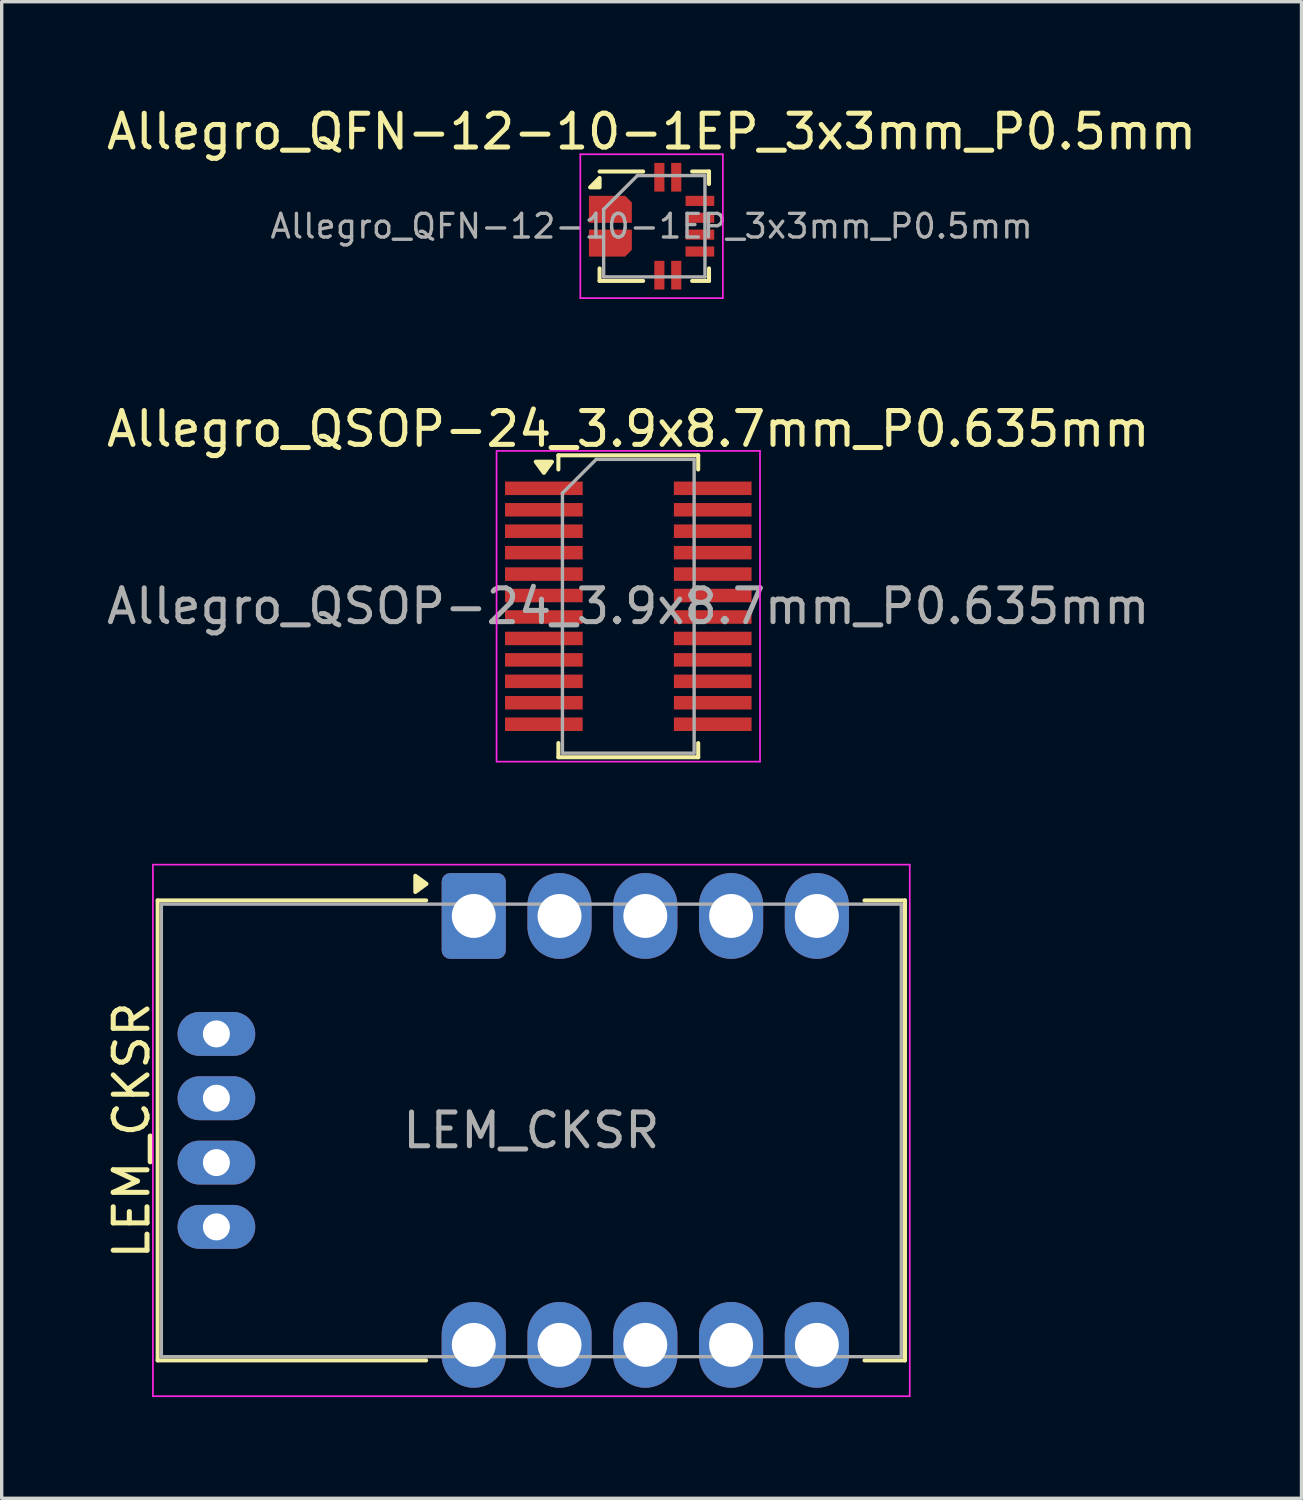
<source format=kicad_pcb>
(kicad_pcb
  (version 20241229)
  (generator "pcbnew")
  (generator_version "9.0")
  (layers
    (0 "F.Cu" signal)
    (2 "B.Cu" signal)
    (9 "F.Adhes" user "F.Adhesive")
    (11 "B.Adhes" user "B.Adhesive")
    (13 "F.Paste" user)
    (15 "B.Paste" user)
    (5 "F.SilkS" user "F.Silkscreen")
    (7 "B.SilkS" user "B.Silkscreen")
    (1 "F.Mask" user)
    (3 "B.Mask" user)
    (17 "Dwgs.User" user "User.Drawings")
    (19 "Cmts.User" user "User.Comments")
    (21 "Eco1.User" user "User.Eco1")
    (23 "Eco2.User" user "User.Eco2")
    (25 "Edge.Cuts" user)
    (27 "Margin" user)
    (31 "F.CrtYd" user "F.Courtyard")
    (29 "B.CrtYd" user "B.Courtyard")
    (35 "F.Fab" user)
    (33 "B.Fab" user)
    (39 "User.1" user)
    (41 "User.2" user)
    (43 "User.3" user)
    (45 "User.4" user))
  (footprint "LEM_CKSR"
    (layer "F.Cu")
    (at 10.978 24.072)
    (property "Reference" "LEM_CKSR" (at -10.13 6.35 270) (layer "F.SilkS") (effects (font (size 1 1) (thickness 0.15))))
    (attr through_hole)
    (fp_line (start -9.36 -0.46) (end -9.36 13.16) (stroke (width 0.12) (type solid)) (layer "F.SilkS"))
    (fp_line (start -9.36 -0.46) (end -1.41 -0.46) (stroke (width 0.12) (type solid)) (layer "F.SilkS"))
    (fp_line (start -9.36 13.16) (end -1.41 13.16) (stroke (width 0.12) (type solid)) (layer "F.SilkS"))
    (fp_line (start 12.77 -0.46) (end 11.57 -0.46) (stroke (width 0.12) (type solid)) (layer "F.SilkS"))
    (fp_line (start 12.77 -0.46) (end 12.77 13.16) (stroke (width 0.12) (type solid)) (layer "F.SilkS"))
    (fp_line (start 12.77 13.16) (end 11.57 13.16) (stroke (width 0.12) (type solid)) (layer "F.SilkS"))
    (fp_poly (pts (xy -1.4 -0.95) (xy -1.73 -0.71) (xy -1.73 -1.19) (xy -1.4 -0.95)) (stroke (width 0.12) (type solid)) (fill yes) (layer "F.SilkS"))
    (fp_line (start -9.5 -1.52) (end 12.91 -1.52) (stroke (width 0.05) (type solid)) (layer "F.CrtYd"))
    (fp_line (start -9.5 14.22) (end -9.5 -1.52) (stroke (width 0.05) (type solid)) (layer "F.CrtYd"))
    (fp_line (start 12.91 -1.52) (end 12.91 14.22) (stroke (width 0.05) (type solid)) (layer "F.CrtYd"))
    (fp_line (start 12.91 14.22) (end -9.5 14.22) (stroke (width 0.05) (type solid)) (layer "F.CrtYd"))
    (fp_line (start -9.25 -0.35) (end -9.25 13.05) (stroke (width 0.1) (type solid)) (layer "F.Fab"))
    (fp_line (start -0.5 -0.35) (end 0 0.21) (stroke (width 0.1) (type solid)) (layer "F.Fab"))
    (fp_line (start 0 0.21) (end 0.5 -0.35) (stroke (width 0.1) (type solid)) (layer "F.Fab"))
    (fp_line (start 12.66 -0.35) (end -9.25 -0.35) (stroke (width 0.1) (type solid)) (layer "F.Fab"))
    (fp_line (start 12.66 13.05) (end -9.25 13.05) (stroke (width 0.1) (type solid)) (layer "F.Fab"))
    (fp_line (start 12.66 13.05) (end 12.66 -0.35) (stroke (width 0.1) (type solid)) (layer "F.Fab"))
    (fp_text user "${REFERENCE}" (at 1.705 6.35 180) (layer "F.Fab") (effects (font (size 1 1) (thickness 0.15))))
    (pad "1" thru_hole roundrect (at 0 0 180) (size 1.9 2.54) (drill 1.3) (layers "*.Cu" "*.Mask") (roundrect_rratio 0.132))
    (pad "2" thru_hole oval (at 2.54 0 180) (size 1.9 2.54) (drill 1.3) (layers "*.Cu" "*.Mask"))
    (pad "3" thru_hole oval (at 5.08 0 180) (size 1.9 2.54) (drill 1.3) (layers "*.Cu" "*.Mask"))
    (pad "4" thru_hole oval (at 7.62 0 180) (size 1.9 2.54) (drill 1.3) (layers "*.Cu" "*.Mask"))
    (pad "5" thru_hole oval (at 10.16 0 180) (size 1.9 2.54) (drill 1.3) (layers "*.Cu" "*.Mask"))
    (pad "6" thru_hole oval (at 10.16 12.7 180) (size 1.9 2.54) (drill 1.3) (layers "*.Cu" "*.Mask"))
    (pad "7" thru_hole oval (at 7.62 12.7 180) (size 1.9 2.54) (drill 1.3) (layers "*.Cu" "*.Mask"))
    (pad "8" thru_hole oval (at 5.08 12.7 180) (size 1.9 2.54) (drill 1.3) (layers "*.Cu" "*.Mask"))
    (pad "9" thru_hole oval (at 2.54 12.7 180) (size 1.9 2.54) (drill 1.3) (layers "*.Cu" "*.Mask"))
    (pad "10" thru_hole oval (at 0 12.7 180) (size 1.9 2.54) (drill 1.3) (layers "*.Cu" "*.Mask"))
    (pad "11" thru_hole oval (at -7.62 9.207 180) (size 2.3 1.3) (drill 0.8) (layers "*.Cu" "*.Mask"))
    (pad "12" thru_hole oval (at -7.62 7.303 180) (size 2.3 1.3) (drill 0.8) (layers "*.Cu" "*.Mask"))
    (pad "13" thru_hole oval (at -7.62 5.397 180) (size 2.3 1.3) (drill 0.8) (layers "*.Cu" "*.Mask"))
    (pad "14" thru_hole oval (at -7.62 3.493 180) (size 2.3 1.3) (drill 0.8) (layers "*.Cu" "*.Mask")))
  (footprint "Allegro_QSOP-24_3.9x8.7mm_P0.635mm"
    (layer "F.Cu")
    (at 15.554 14.902)
    (property "Reference" "Allegro_QSOP-24_3.9x8.7mm_P0.635mm" (at 0 -5.25 0) (layer "F.SilkS") (effects (font (size 1 1) (thickness 0.15))))
    (attr smd)
    (fp_line (start -2.07 -4.47) (end -2.07 -4.05) (stroke (width 0.12) (type solid)) (layer "F.SilkS"))
    (fp_line (start -2.07 -4.47) (end 2.07 -4.47) (stroke (width 0.12) (type solid)) (layer "F.SilkS"))
    (fp_line (start -2.07 4.47) (end -2.07 4.05) (stroke (width 0.12) (type solid)) (layer "F.SilkS"))
    (fp_line (start -2.07 4.47) (end 2.07 4.47) (stroke (width 0.12) (type solid)) (layer "F.SilkS"))
    (fp_line (start 2.07 -4.47) (end 2.07 -4.05) (stroke (width 0.12) (type solid)) (layer "F.SilkS"))
    (fp_line (start 2.07 4.47) (end 2.07 4.05) (stroke (width 0.12) (type solid)) (layer "F.SilkS"))
    (fp_poly (pts (xy -2.5 -3.95) (xy -2.74 -4.28) (xy -2.26 -4.28) (xy -2.5 -3.95)) (stroke (width 0.12) (type solid)) (fill yes) (layer "F.SilkS"))
    (fp_line (start -3.9 -4.6) (end -3.9 4.6) (stroke (width 0.05) (type solid)) (layer "F.CrtYd"))
    (fp_line (start -3.9 -4.6) (end 3.9 -4.6) (stroke (width 0.05) (type solid)) (layer "F.CrtYd"))
    (fp_line (start -3.9 4.6) (end 3.9 4.6) (stroke (width 0.05) (type solid)) (layer "F.CrtYd"))
    (fp_line (start 3.9 -4.6) (end 3.9 4.6) (stroke (width 0.05) (type solid)) (layer "F.CrtYd"))
    (fp_line (start -1.95 -3.35) (end -0.95 -4.35) (stroke (width 0.1) (type solid)) (layer "F.Fab"))
    (fp_line (start -1.95 4.35) (end -1.95 -3.35) (stroke (width 0.1) (type solid)) (layer "F.Fab"))
    (fp_line (start -0.95 -4.35) (end 1.95 -4.35) (stroke (width 0.1) (type solid)) (layer "F.Fab"))
    (fp_line (start 1.95 -4.35) (end 1.95 4.35) (stroke (width 0.1) (type solid)) (layer "F.Fab"))
    (fp_line (start 1.95 4.35) (end -1.95 4.35) (stroke (width 0.1) (type solid)) (layer "F.Fab"))
    (fp_text user "${REFERENCE}" (at 0 0 0) (layer "F.Fab") (effects (font (size 1 1) (thickness 0.15))))
    (pad "1" smd rect (at -2.5 -3.493) (size 2.3 0.4) (layers "F.Cu" "F.Mask" "F.Paste"))
    (pad "2" smd rect (at -2.5 -2.857) (size 2.3 0.4) (layers "F.Cu" "F.Mask" "F.Paste"))
    (pad "3" smd rect (at -2.5 -2.223) (size 2.3 0.4) (layers "F.Cu" "F.Mask" "F.Paste"))
    (pad "4" smd rect (at -2.5 -1.587) (size 2.3 0.4) (layers "F.Cu" "F.Mask" "F.Paste"))
    (pad "5" smd rect (at -2.5 -0.953) (size 2.3 0.4) (layers "F.Cu" "F.Mask" "F.Paste"))
    (pad "6" smd rect (at -2.5 -0.318) (size 2.3 0.4) (layers "F.Cu" "F.Mask" "F.Paste"))
    (pad "7" smd rect (at -2.5 0.318) (size 2.3 0.4) (layers "F.Cu" "F.Mask" "F.Paste"))
    (pad "8" smd rect (at -2.5 0.953) (size 2.3 0.4) (layers "F.Cu" "F.Mask" "F.Paste"))
    (pad "9" smd rect (at -2.5 1.587) (size 2.3 0.4) (layers "F.Cu" "F.Mask" "F.Paste"))
    (pad "10" smd rect (at -2.5 2.223) (size 2.3 0.4) (layers "F.Cu" "F.Mask" "F.Paste"))
    (pad "11" smd rect (at -2.5 2.857) (size 2.3 0.4) (layers "F.Cu" "F.Mask" "F.Paste"))
    (pad "12" smd rect (at -2.5 3.493) (size 2.3 0.4) (layers "F.Cu" "F.Mask" "F.Paste"))
    (pad "13" smd rect (at 2.5 3.493) (size 2.3 0.4) (layers "F.Cu" "F.Mask" "F.Paste"))
    (pad "14" smd rect (at 2.5 2.857) (size 2.3 0.4) (layers "F.Cu" "F.Mask" "F.Paste"))
    (pad "15" smd rect (at 2.5 2.223) (size 2.3 0.4) (layers "F.Cu" "F.Mask" "F.Paste"))
    (pad "16" smd rect (at 2.5 1.587) (size 2.3 0.4) (layers "F.Cu" "F.Mask" "F.Paste"))
    (pad "17" smd rect (at 2.5 0.953) (size 2.3 0.4) (layers "F.Cu" "F.Mask" "F.Paste"))
    (pad "18" smd rect (at 2.5 0.318) (size 2.3 0.4) (layers "F.Cu" "F.Mask" "F.Paste"))
    (pad "19" smd rect (at 2.5 -0.318) (size 2.3 0.4) (layers "F.Cu" "F.Mask" "F.Paste"))
    (pad "20" smd rect (at 2.5 -0.953) (size 2.3 0.4) (layers "F.Cu" "F.Mask" "F.Paste"))
    (pad "21" smd rect (at 2.5 -1.587) (size 2.3 0.4) (layers "F.Cu" "F.Mask" "F.Paste"))
    (pad "22" smd rect (at 2.5 -2.223) (size 2.3 0.4) (layers "F.Cu" "F.Mask" "F.Paste"))
    (pad "23" smd rect (at 2.5 -2.857) (size 2.3 0.4) (layers "F.Cu" "F.Mask" "F.Paste"))
    (pad "24" smd rect (at 2.5 -3.493) (size 2.3 0.4) (layers "F.Cu" "F.Mask" "F.Paste")))
  (footprint "Allegro_QFN-12-10-1EP_3x3mm_P0.5mm"
    (layer "F.Cu")
    (at 16.244 3.648)
    (property "Reference" "Allegro_QFN-12-10-1EP_3x3mm_P0.5mm" (at 0 -2.8 0) (layer "F.SilkS") (effects (font (size 1 1) (thickness 0.15))))
    (attr smd)
    (fp_line (start -1.54 -1.62) (end -0.25 -1.62) (stroke (width 0.12) (type solid)) (layer "F.SilkS"))
    (fp_line (start -1.54 1.25) (end -1.54 1.62) (stroke (width 0.12) (type solid)) (layer "F.SilkS"))
    (fp_line (start -1.54 1.62) (end -0.25 1.62) (stroke (width 0.12) (type solid)) (layer "F.SilkS"))
    (fp_line (start 1.7 -1.62) (end 1.2 -1.62) (stroke (width 0.12) (type solid)) (layer "F.SilkS"))
    (fp_line (start 1.7 -1.62) (end 1.7 -1.25) (stroke (width 0.12) (type solid)) (layer "F.SilkS"))
    (fp_line (start 1.7 1.25) (end 1.7 1.62) (stroke (width 0.12) (type solid)) (layer "F.SilkS"))
    (fp_line (start 1.7 1.62) (end 1.2 1.62) (stroke (width 0.12) (type solid)) (layer "F.SilkS"))
    (fp_poly (pts (xy -1.54 -1.15) (xy -1.82 -1.15) (xy -1.54 -1.43) (xy -1.54 -1.15)) (stroke (width 0.12) (type solid)) (fill yes) (layer "F.SilkS"))
    (fp_line (start -2.11 -2.13) (end -2.11 2.13) (stroke (width 0.05) (type solid)) (layer "F.CrtYd"))
    (fp_line (start -2.11 2.13) (end 2.11 2.13) (stroke (width 0.05) (type solid)) (layer "F.CrtYd"))
    (fp_line (start 2.11 -2.13) (end -2.11 -2.13) (stroke (width 0.05) (type solid)) (layer "F.CrtYd"))
    (fp_line (start 2.11 2.13) (end 2.11 -2.13) (stroke (width 0.05) (type solid)) (layer "F.CrtYd"))
    (fp_line (start -1.42 -0.5) (end -0.42 -1.5) (stroke (width 0.1) (type solid)) (layer "F.Fab"))
    (fp_line (start -1.42 1.5) (end -1.42 -0.5) (stroke (width 0.1) (type solid)) (layer "F.Fab"))
    (fp_line (start -0.42 -1.5) (end 1.58 -1.5) (stroke (width 0.1) (type solid)) (layer "F.Fab"))
    (fp_line (start 1.58 -1.5) (end 1.58 1.5) (stroke (width 0.1) (type solid)) (layer "F.Fab"))
    (fp_line (start 1.58 1.5) (end -1.42 1.5) (stroke (width 0.1) (type solid)) (layer "F.Fab"))
    (fp_text user "${REFERENCE}" (at 0 0 0) (layer "F.Fab") (effects (font (size 0.7 0.7) (thickness 0.1))))
    (pad "1" smd rect (at -1.32 -0.5) (size 1.07 0.8) (layers "F.Cu" "F.Mask" "F.Paste"))
    (pad "1" smd rect (at -0.785 -0.7 45) (size 0.283 0.283) (layers "F.Cu" "F.Mask" "F.Paste"))
    (pad "1" smd rect (at -0.685 -0.4) (size 0.2 0.6) (layers "F.Cu" "F.Mask" "F.Paste"))
    (pad "2" smd rect (at -1.32 0.5) (size 1.07 0.8) (layers "F.Cu" "F.Mask" "F.Paste"))
    (pad "2" smd rect (at -0.785 0.7 45) (size 0.283 0.283) (layers "F.Cu" "F.Mask" "F.Paste"))
    (pad "2" smd rect (at -0.685 0.4) (size 0.2 0.6) (layers "F.Cu" "F.Mask" "F.Paste"))
    (pad "3" smd rect (at 0.23 1.45) (size 0.3 0.85) (layers "F.Cu" "F.Mask" "F.Paste"))
    (pad "4" smd rect (at 0.73 1.45) (size 0.3 0.85) (layers "F.Cu" "F.Mask" "F.Paste"))
    (pad "5" smd rect (at 1.43 0.75) (size 0.85 0.3) (layers "F.Cu" "F.Mask" "F.Paste"))
    (pad "6" smd rect (at 1.43 0.25) (size 0.85 0.3) (layers "F.Cu" "F.Mask" "F.Paste"))
    (pad "7" smd rect (at 1.43 -0.25) (size 0.85 0.3) (layers "F.Cu" "F.Mask" "F.Paste"))
    (pad "8" smd rect (at 1.43 -0.75) (size 0.85 0.3) (layers "F.Cu" "F.Mask" "F.Paste"))
    (pad "9" smd rect (at 0.73 -1.45) (size 0.3 0.85) (layers "F.Cu" "F.Mask" "F.Paste"))
    (pad "10" smd rect (at 0.23 -1.45) (size 0.3 0.85) (layers "F.Cu" "F.Mask" "F.Paste")))
  (gr_rect
    (start -3 -3)
    (end 35.488 41.316)
    (stroke (width 0.1) (type default))
    (fill no)
    (layer "Edge.Cuts")))
</source>
